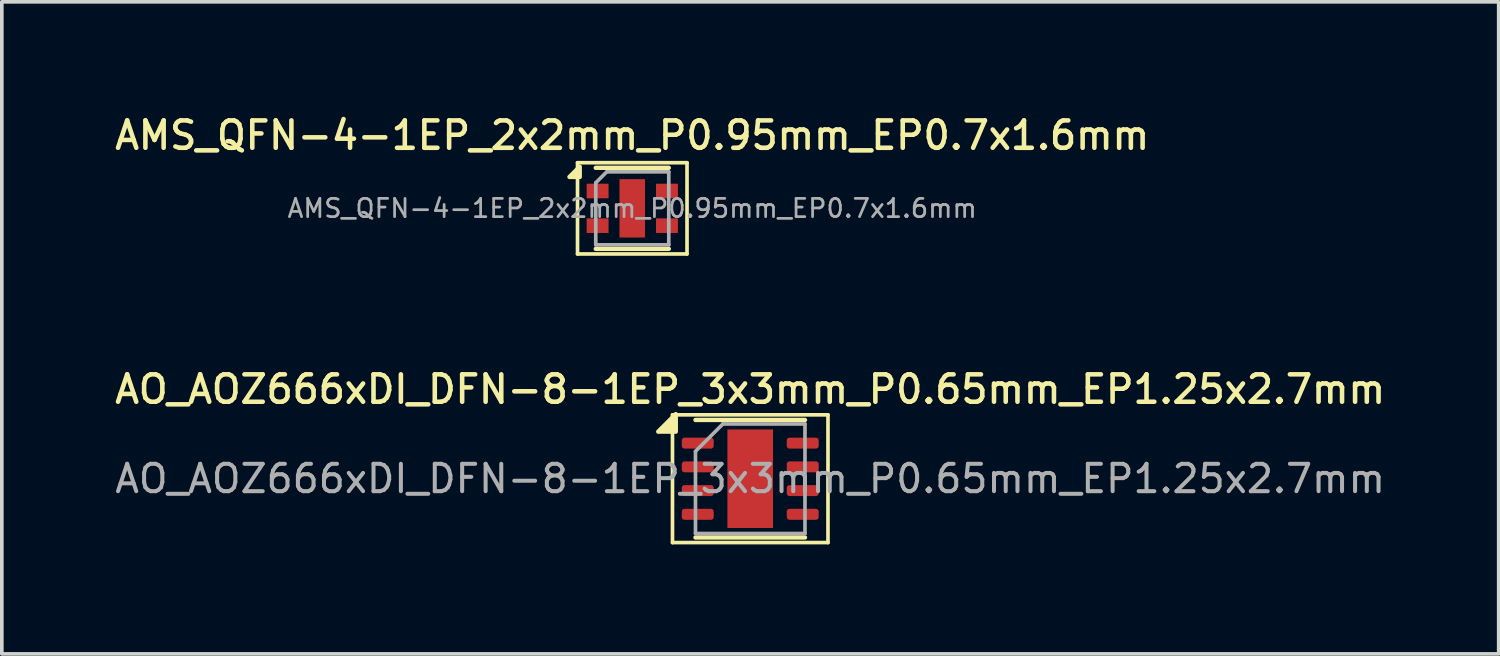
<source format=kicad_pcb>
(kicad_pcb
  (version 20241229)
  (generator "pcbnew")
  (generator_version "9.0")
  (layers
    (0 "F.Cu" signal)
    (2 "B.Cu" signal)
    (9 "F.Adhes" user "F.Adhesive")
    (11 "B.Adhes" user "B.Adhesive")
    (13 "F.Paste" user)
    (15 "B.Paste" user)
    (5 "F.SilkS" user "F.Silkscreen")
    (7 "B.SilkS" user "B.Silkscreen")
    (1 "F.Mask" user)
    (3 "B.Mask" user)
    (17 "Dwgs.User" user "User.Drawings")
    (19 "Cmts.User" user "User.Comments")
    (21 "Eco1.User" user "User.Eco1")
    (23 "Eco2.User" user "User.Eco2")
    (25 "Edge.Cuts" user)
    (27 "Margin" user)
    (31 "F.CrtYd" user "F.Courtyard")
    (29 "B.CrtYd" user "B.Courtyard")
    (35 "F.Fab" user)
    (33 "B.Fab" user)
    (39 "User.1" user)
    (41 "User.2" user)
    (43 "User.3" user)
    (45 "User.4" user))
  (footprint "AMS_QFN-4-1EP_2x2mm_P0.95mm_EP0.7x1.6mm"
    (layer "F.Cu")
    (at 14.273 2.658)
    (property "Reference" "AMS_QFN-4-1EP_2x2mm_P0.95mm_EP0.7x1.6mm" (at 0 -2 0) (layer "F.SilkS") (effects (font (size 0.75 0.75) (thickness 0.125))))
    (attr smd)
    (fp_line (start -1.5 -1.25) (end 1.5 -1.25) (stroke (width 0.1) (type solid)) (layer "F.SilkS"))
    (fp_line (start -1.5 1.25) (end -1.5 -1.25) (stroke (width 0.1) (type solid)) (layer "F.SilkS"))
    (fp_line (start -1 1.11) (end 1 1.11) (stroke (width 0.12) (type solid)) (layer "F.SilkS"))
    (fp_line (start 1 -1.11) (end -1 -1.11) (stroke (width 0.12) (type solid)) (layer "F.SilkS"))
    (fp_line (start 1.5 -1.25) (end 1.5 1.25) (stroke (width 0.1) (type solid)) (layer "F.SilkS"))
    (fp_line (start 1.5 1.25) (end -1.5 1.25) (stroke (width 0.1) (type solid)) (layer "F.SilkS"))
    (fp_poly (pts (xy -1.44 -0.86) (xy -1.72 -0.86) (xy -1.44 -1.14) (xy -1.44 -0.86)) (stroke (width 0.12) (type solid)) (fill yes) (layer "F.SilkS"))
    (fp_line (start -1 -0.7) (end -0.7 -1) (stroke (width 0.1) (type solid)) (layer "F.Fab"))
    (fp_line (start -1 1) (end -1 -0.7) (stroke (width 0.1) (type solid)) (layer "F.Fab"))
    (fp_line (start -0.7 -1) (end 1 -1) (stroke (width 0.1) (type solid)) (layer "F.Fab"))
    (fp_line (start 1 -1) (end 1 1) (stroke (width 0.1) (type solid)) (layer "F.Fab"))
    (fp_line (start 1 1) (end -1 1) (stroke (width 0.1) (type solid)) (layer "F.Fab"))
    (fp_text user "${REFERENCE}" (at 0 0 0) (layer "F.Fab") (effects (font (size 0.5 0.5) (thickness 0.075))))
    (pad "" smd rect (at 0 0) (size 0.35 0.8) (layers "F.Paste"))
    (pad "1" smd rect (at -0.95 -0.475) (size 0.6 0.4) (layers "F.Cu" "F.Mask" "F.Paste"))
    (pad "2" smd rect (at -0.95 0.475) (size 0.6 0.4) (layers "F.Cu" "F.Mask" "F.Paste"))
    (pad "3" smd rect (at 0.95 0.475) (size 0.6 0.4) (layers "F.Cu" "F.Mask" "F.Paste"))
    (pad "4" smd rect (at 0.95 -0.475) (size 0.6 0.4) (layers "F.Cu" "F.Mask" "F.Paste"))
    (pad "5" smd rect (at 0 0) (size 0.7 1.6) (layers "F.Cu" "F.Mask")))
  (footprint "AO_AOZ666xDI_DFN-8-1EP_3x3mm_P0.65mm_EP1.25x2.7mm"
    (layer "F.Cu")
    (at 17.505 10.066)
    (property "Reference" "AO_AOZ666xDI_DFN-8-1EP_3x3mm_P0.65mm_EP1.25x2.7mm" (at 0 -2.45 0) (layer "F.SilkS") (effects (font (size 0.75 0.75) (thickness 0.125))))
    (attr smd)
    (fp_line (start -2.13 -1.75) (end -2.13 1.75) (stroke (width 0.1) (type solid)) (layer "F.SilkS"))
    (fp_line (start -2.13 1.75) (end 2.13 1.75) (stroke (width 0.1) (type solid)) (layer "F.SilkS"))
    (fp_line (start -1.5 -1.61) (end 1.5 -1.61) (stroke (width 0.12) (type solid)) (layer "F.SilkS"))
    (fp_line (start -1.5 1.61) (end 1.5 1.61) (stroke (width 0.12) (type solid)) (layer "F.SilkS"))
    (fp_line (start 2.13 -1.75) (end -2.13 -1.75) (stroke (width 0.1) (type solid)) (layer "F.SilkS"))
    (fp_line (start 2.13 1.75) (end 2.13 -1.75) (stroke (width 0.1) (type solid)) (layer "F.SilkS"))
    (fp_poly (pts (xy -2.04 -1.29) (xy -2.52 -1.29) (xy -2.04 -1.77) (xy -2.04 -1.29)) (stroke (width 0.12) (type solid)) (fill yes) (layer "F.SilkS"))
    (fp_line (start -1.5 -0.75) (end -0.75 -1.5) (stroke (width 0.1) (type solid)) (layer "F.Fab"))
    (fp_line (start -1.5 1.5) (end -1.5 -0.75) (stroke (width 0.1) (type solid)) (layer "F.Fab"))
    (fp_line (start -0.75 -1.5) (end 1.5 -1.5) (stroke (width 0.1) (type solid)) (layer "F.Fab"))
    (fp_line (start 1.5 -1.5) (end 1.5 1.5) (stroke (width 0.1) (type solid)) (layer "F.Fab"))
    (fp_line (start 1.5 1.5) (end -1.5 1.5) (stroke (width 0.1) (type solid)) (layer "F.Fab"))
    (fp_text user "${REFERENCE}" (at 0 0 0) (layer "F.Fab") (effects (font (size 0.75 0.75) (thickness 0.11))))
    (pad "" smd roundrect (at -0.31 -0.675) (size 0.5 1.09) (layers "F.Paste") (roundrect_rratio 0.25))
    (pad "" smd roundrect (at -0.31 0.675) (size 0.5 1.09) (layers "F.Paste") (roundrect_rratio 0.25))
    (pad "" smd roundrect (at 0.31 -0.675) (size 0.5 1.09) (layers "F.Paste") (roundrect_rratio 0.25))
    (pad "" smd roundrect (at 0.31 0.675) (size 0.5 1.09) (layers "F.Paste") (roundrect_rratio 0.25))
    (pad "1" smd roundrect (at -1.438 -0.975) (size 0.875 0.3) (layers "F.Cu" "F.Mask" "F.Paste") (roundrect_rratio 0.25))
    (pad "2" smd roundrect (at -1.438 -0.325) (size 0.875 0.3) (layers "F.Cu" "F.Mask" "F.Paste") (roundrect_rratio 0.25))
    (pad "3" smd roundrect (at -1.438 0.325) (size 0.875 0.3) (layers "F.Cu" "F.Mask" "F.Paste") (roundrect_rratio 0.25))
    (pad "4" smd roundrect (at -1.438 0.975) (size 0.875 0.3) (layers "F.Cu" "F.Mask" "F.Paste") (roundrect_rratio 0.25))
    (pad "5" smd roundrect (at 1.438 0.975) (size 0.875 0.3) (layers "F.Cu" "F.Mask" "F.Paste") (roundrect_rratio 0.25))
    (pad "6" smd roundrect (at 1.438 0.325) (size 0.875 0.3) (layers "F.Cu" "F.Mask" "F.Paste") (roundrect_rratio 0.25))
    (pad "7" smd roundrect (at 1.438 -0.325) (size 0.875 0.3) (layers "F.Cu" "F.Mask" "F.Paste") (roundrect_rratio 0.25))
    (pad "8" smd roundrect (at 1.438 -0.975) (size 0.875 0.3) (layers "F.Cu" "F.Mask" "F.Paste") (roundrect_rratio 0.25))
    (pad "9" smd rect (at 0 0) (size 1.25 2.7) (property pad_prop_heatsink) (layers "F.Cu" "F.Mask")))
  (gr_rect
    (start -3 -3)
    (end 38.011 14.866)
    (stroke (width 0.1) (type default))
    (fill no)
    (layer "Edge.Cuts")))
</source>
